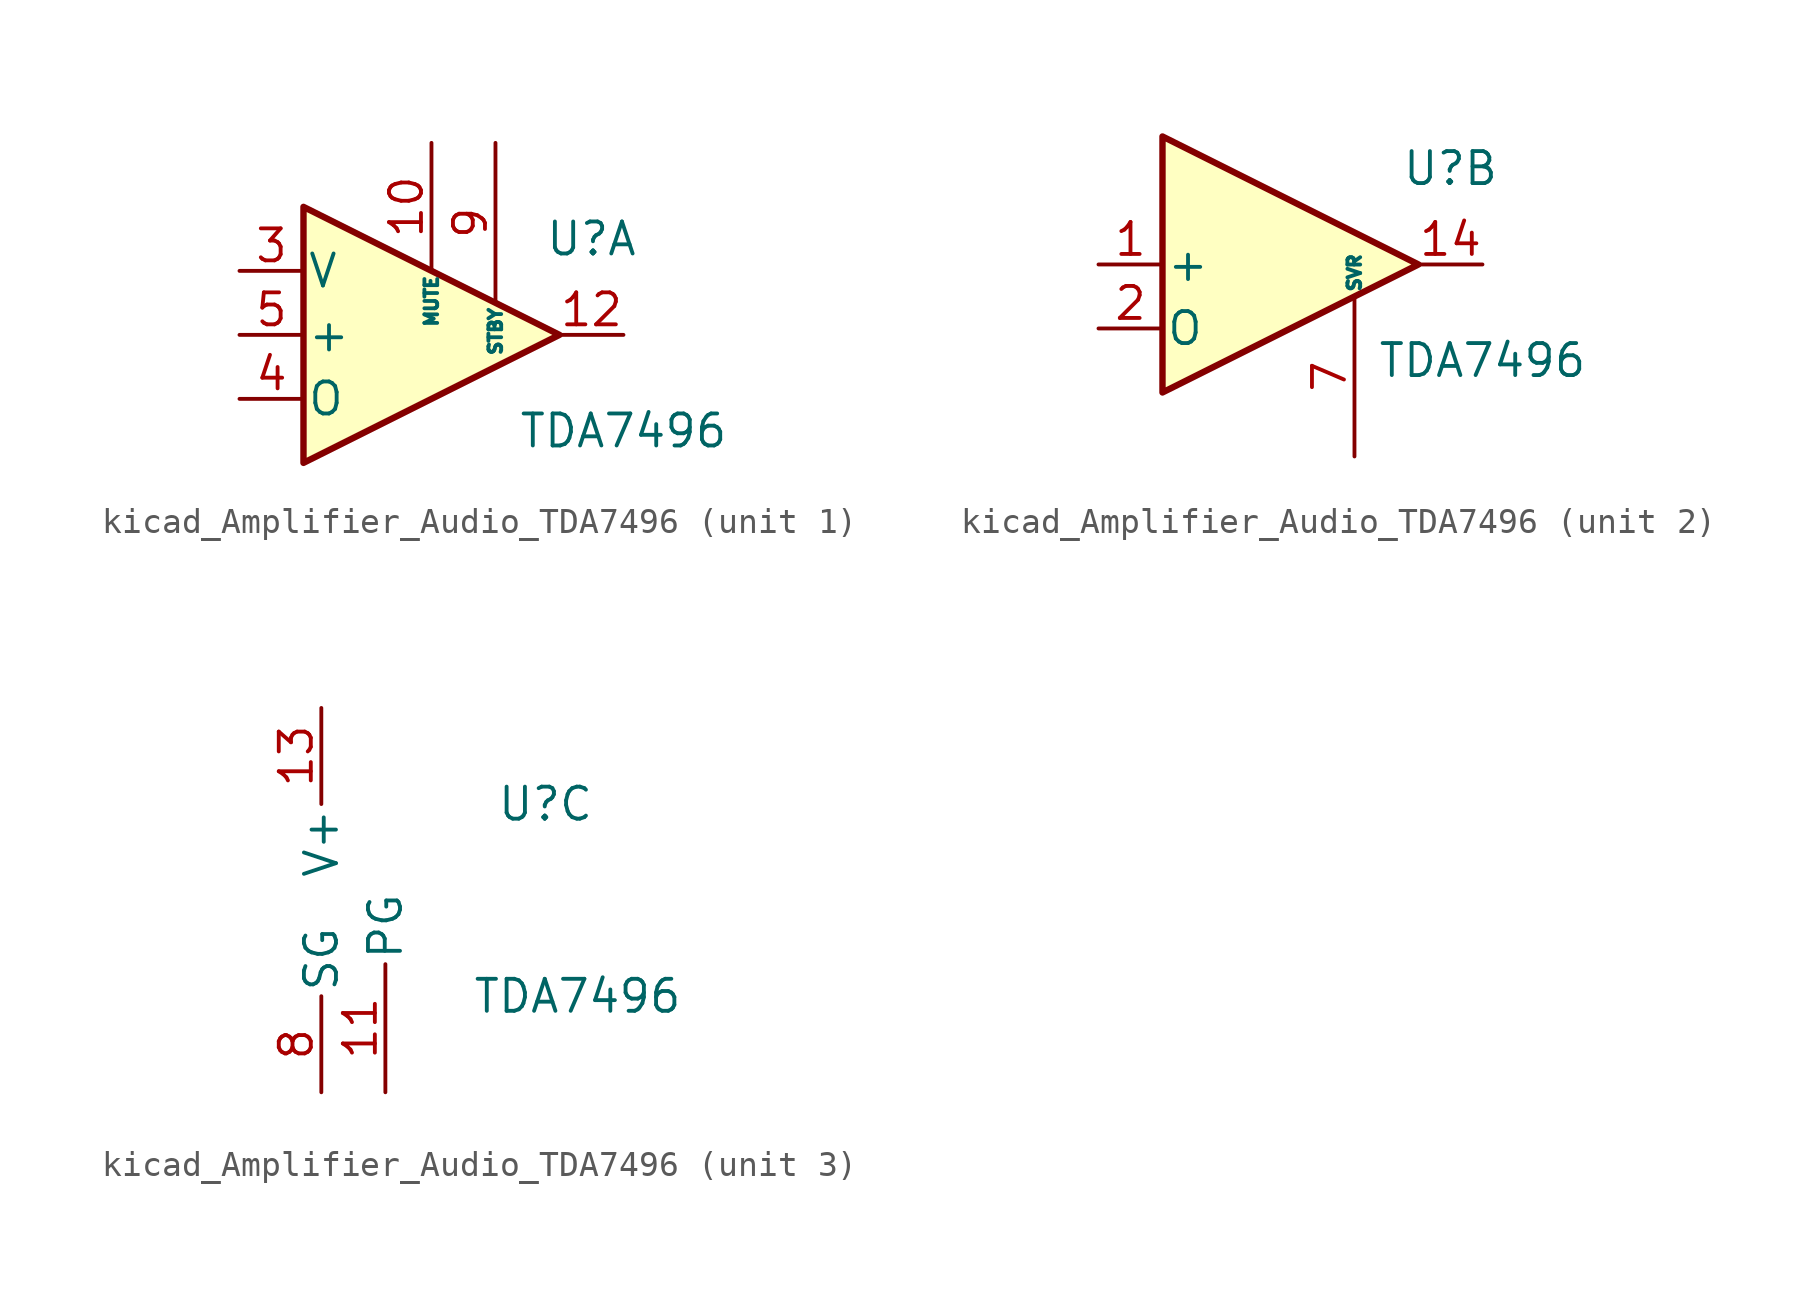
<source format=kicad_sym>
(kicad_symbol_lib
  (version 20220914)
  (generator kicad_symbol_editor)
  (symbol "kicad_Amplifier_Audio_TDA7496"
    (pin_names
      (offset 0.127))
    (property "Reference" "U"
      (at 6.35 3.81 0)
      (effects (font (size 1.27 1.27))))
    (property "Value" "TDA7496"
      (at 7.62 -3.81 0)
      (effects (font (size 1.27 1.27))))
    (property "ki_locked" ""
      (at 0 0 0)
      (effects (font (size 1.27 1.27))))
    (symbol "kicad_Amplifier_Audio_TDA7496_1_1"
      (polyline (pts (xy 5.08 0) (xy -5.08 5.08) (xy -5.08 -5.08) (xy 5.08 0)) (stroke (width 0.254) (type default)) (fill (type background)))
      (pin input line (at 0 7.62 270) (length 5.08) (name "MUTE" (effects (font (size 0.508 0.508)))) (number "10" (effects (font (size 1.27 1.27)))))
      (pin output line (at 7.62 0 180) (length 2.54) (name "~" (effects (font (size 1.27 1.27)))) (number "12" (effects (font (size 1.27 1.27)))))
      (pin input line (at -7.62 2.54 0) (length 2.54) (name "V" (effects (font (size 1.27 1.27)))) (number "3" (effects (font (size 1.27 1.27)))))
      (pin output line (at -7.62 -2.54 0) (length 2.54) (name "O" (effects (font (size 1.27 1.27)))) (number "4" (effects (font (size 1.27 1.27)))))
      (pin input line (at -7.62 0 0) (length 2.54) (name "+" (effects (font (size 1.27 1.27)))) (number "5" (effects (font (size 1.27 1.27)))))
      (pin no_connect line (at 0 2.54 270) (length 2.54) hide (name "NC" (effects (font (size 1.27 1.27)))) (number "6" (effects (font (size 1.27 1.27)))))
      (pin input line (at 2.54 7.62 270) (length 6.35) (name "STBY" (effects (font (size 0.508 0.508)))) (number "9" (effects (font (size 1.27 1.27))))))
    (symbol "kicad_Amplifier_Audio_TDA7496_2_1"
      (polyline (pts (xy 5.08 0) (xy -5.08 5.08) (xy -5.08 -5.08) (xy 5.08 0)) (stroke (width 0.254) (type default)) (fill (type background)))
      (pin input line (at -7.62 0 0) (length 2.54) (name "+" (effects (font (size 1.27 1.27)))) (number "1" (effects (font (size 1.27 1.27)))))
      (pin output line (at 7.62 0 180) (length 2.54) (name "~" (effects (font (size 1.27 1.27)))) (number "14" (effects (font (size 1.27 1.27)))))
      (pin output line (at -7.62 -2.54 0) (length 2.54) (name "O" (effects (font (size 1.27 1.27)))) (number "2" (effects (font (size 1.27 1.27)))))
      (pin passive line (at 2.54 -7.62 90) (length 6.35) (name "SVR" (effects (font (size 0.508 0.508)))) (number "7" (effects (font (size 1.27 1.27))))))
    (symbol "kicad_Amplifier_Audio_TDA7496_3_1"
      (pin power_in line (at 0 -7.62 90) (length 5.08) (name "PG" (effects (font (size 1.27 1.27)))) (number "11" (effects (font (size 1.27 1.27)))))
      (pin power_in line (at -2.54 7.62 270) (length 3.81) (name "V+" (effects (font (size 1.27 1.27)))) (number "13" (effects (font (size 1.27 1.27)))))
      (pin passive line (at 0 -7.62 90) (length 5.08) hide (name "PG" (effects (font (size 1.27 1.27)))) (number "15" (effects (font (size 1.27 1.27)))))
      (pin power_in line (at -2.54 -7.62 90) (length 3.81) (name "SG" (effects (font (size 1.27 1.27)))) (number "8" (effects (font (size 1.27 1.27))))))))
</source>
